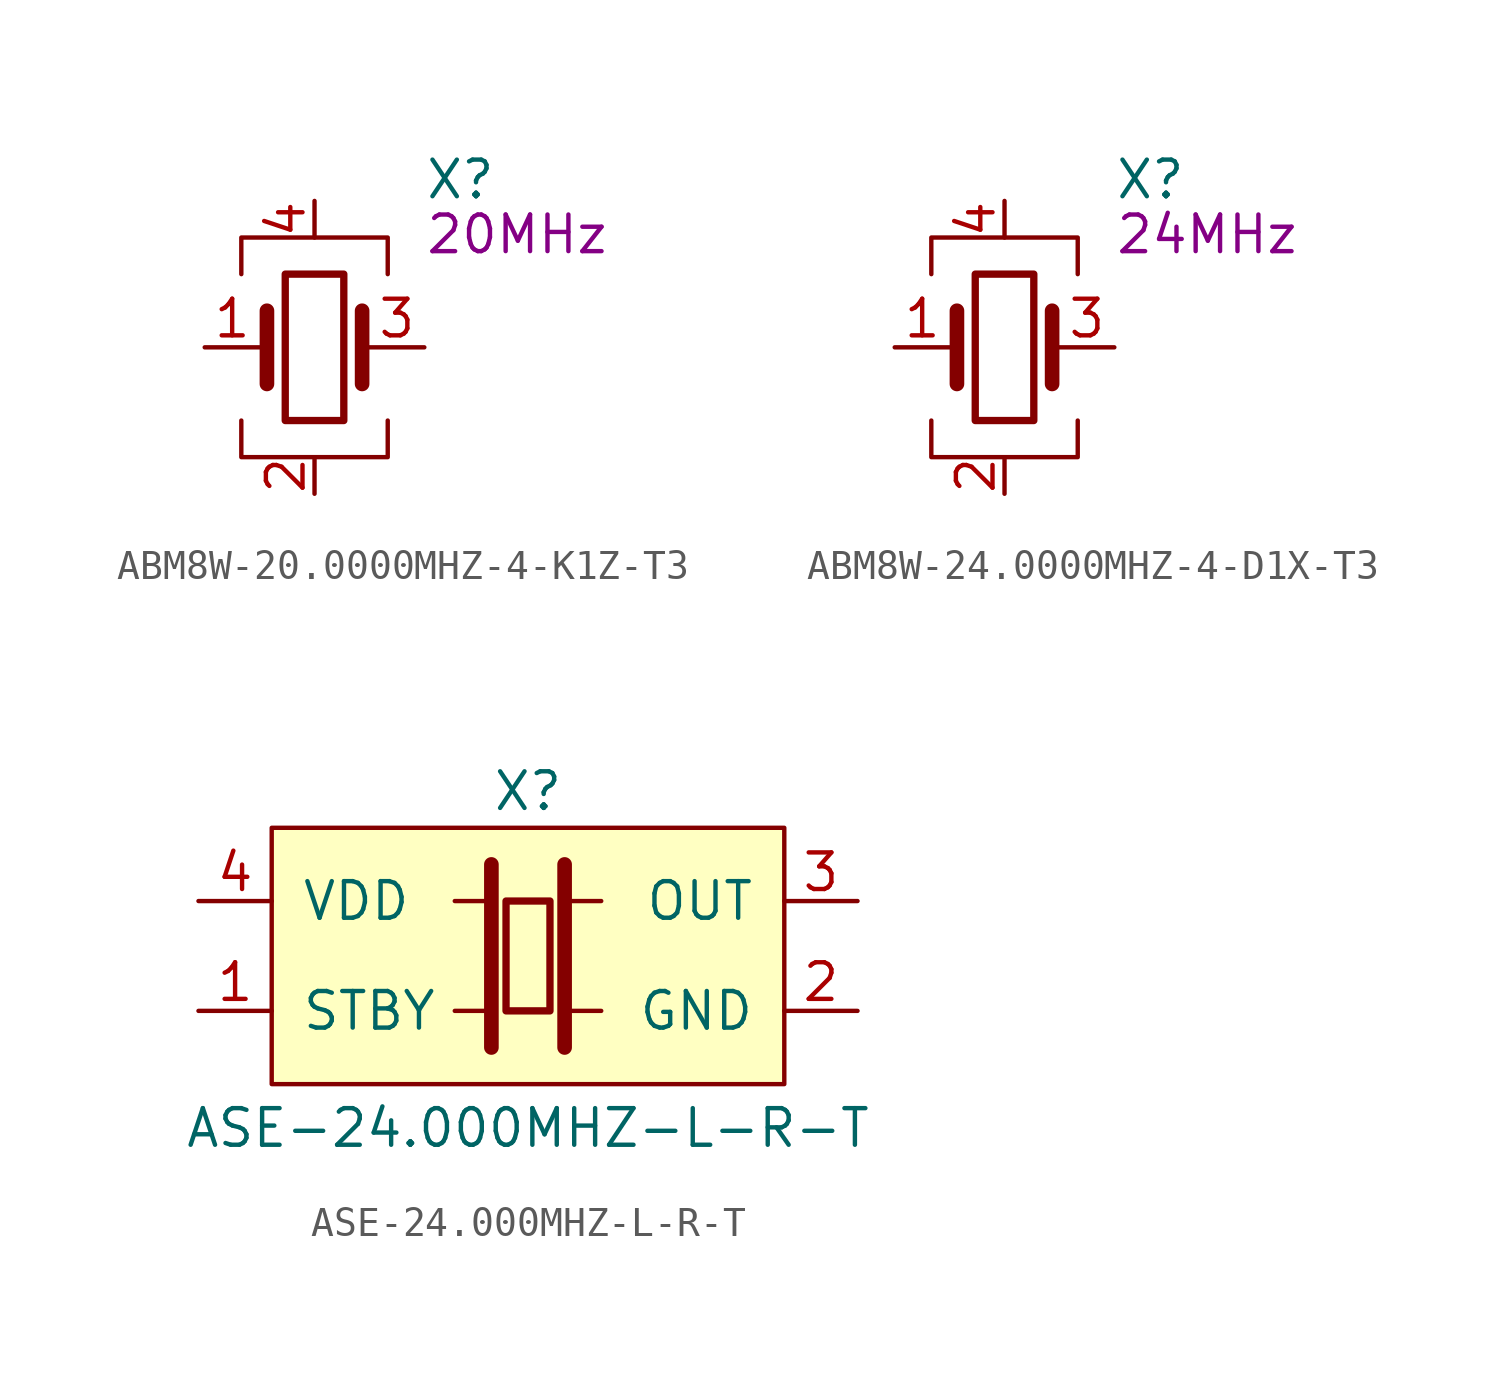
<source format=kicad_sym>
(kicad_symbol_lib
  (version 20231120)
  (generator "kicad_symbol_editor")
  (generator_version "8.0")
  (symbol "ABM8W-20.0000MHZ-4-K1Z-T3"
    (pin_names
      (offset 1.016))
    (property "Reference" "X"
      (at 3.81 5.08 0)
      (effects (font (size 1.27 1.27)) (justify left bottom)))
    (property "Frequency" "20MHz"
      (at 3.81 3.175 0)
      (effects (font (size 1.27 1.27)) (justify left bottom)))
    (symbol "ABM8W-20.0000MHZ-4-K1Z-T3_0_1"
      (polyline (pts (xy -1.651 1.27) (xy -1.651 -1.27)) (stroke (width 0.508) (type solid)) (fill (type none)))
      (polyline (pts (xy 1.651 1.27) (xy 1.651 -1.27)) (stroke (width 0.508) (type solid)) (fill (type none)))
      (polyline (pts (xy -2.54 -2.54) (xy -2.54 -3.81) (xy 2.54 -3.81) (xy 2.54 -2.54)) (stroke (width 0) (type solid)) (fill (type none)))
      (polyline (pts (xy -2.54 2.54) (xy -2.54 3.81) (xy 2.54 3.81) (xy 2.54 2.54)) (stroke (width 0) (type solid)) (fill (type none)))
      (polyline (pts (xy -1.016 2.54) (xy -1.016 -2.54) (xy 1.016 -2.54) (xy 1.016 2.54) (xy -1.016 2.54)) (stroke (width 0.254) (type solid)) (fill (type none))))
    (symbol "ABM8W-20.0000MHZ-4-K1Z-T3_1_1"
      (pin passive line (at -3.81 0 0) (length 1.905) (name "~" (effects (font (size 1.27 1.27)))) (number "1" (effects (font (size 1.27 1.27)))))
      (pin power_in line (at 0 -5.08 90) (length 1.27) (name "~" (effects (font (size 1.27 1.27)))) (number "2" (effects (font (size 1.27 1.27)))))
      (pin passive line (at 3.81 0 180) (length 1.905) (name "~" (effects (font (size 1.27 1.27)))) (number "3" (effects (font (size 1.27 1.27)))))
      (pin power_in line (at 0 5.08 270) (length 1.27) (name "~" (effects (font (size 1.27 1.27)))) (number "4" (effects (font (size 1.27 1.27)))))))
  (symbol "ABM8W-24.0000MHZ-4-D1X-T3"
    (pin_names
      (offset 1.016))
    (property "Reference" "X"
      (at 3.81 5.08 0)
      (effects (font (size 1.27 1.27)) (justify left bottom)))
    (property "Frequency" "24MHz"
      (at 3.81 3.175 0)
      (effects (font (size 1.27 1.27)) (justify left bottom)))
    (symbol "ABM8W-24.0000MHZ-4-D1X-T3_0_1"
      (polyline (pts (xy -1.651 1.27) (xy -1.651 -1.27)) (stroke (width 0.508) (type solid)) (fill (type none)))
      (polyline (pts (xy 1.651 1.27) (xy 1.651 -1.27)) (stroke (width 0.508) (type solid)) (fill (type none)))
      (polyline (pts (xy -2.54 -2.54) (xy -2.54 -3.81) (xy 2.54 -3.81) (xy 2.54 -2.54)) (stroke (width 0) (type solid)) (fill (type none)))
      (polyline (pts (xy -2.54 2.54) (xy -2.54 3.81) (xy 2.54 3.81) (xy 2.54 2.54)) (stroke (width 0) (type solid)) (fill (type none)))
      (polyline (pts (xy -1.016 2.54) (xy -1.016 -2.54) (xy 1.016 -2.54) (xy 1.016 2.54) (xy -1.016 2.54)) (stroke (width 0.254) (type solid)) (fill (type none))))
    (symbol "ABM8W-24.0000MHZ-4-D1X-T3_1_1"
      (pin passive line (at -3.81 0 0) (length 1.905) (name "~" (effects (font (size 1.27 1.27)))) (number "1" (effects (font (size 1.27 1.27)))))
      (pin power_in line (at 0 -5.08 90) (length 1.27) (name "~" (effects (font (size 1.27 1.27)))) (number "2" (effects (font (size 1.27 1.27)))))
      (pin passive line (at 3.81 0 180) (length 1.905) (name "~" (effects (font (size 1.27 1.27)))) (number "3" (effects (font (size 1.27 1.27)))))
      (pin power_in line (at 0 5.08 270) (length 1.27) (name "~" (effects (font (size 1.27 1.27)))) (number "4" (effects (font (size 1.27 1.27)))))))
  (symbol "ASE-24.000MHZ-L-R-T"
    (pin_names
      (offset 1.016))
    (property "Reference" "X"
      (at 0 6.35 0)
      (effects (font (size 1.27 1.27))))
    (property "Value" "ASE-24.000MHZ-L-R-T"
      (at 0 -5.334 0)
      (effects (font (size 1.27 1.27))))
    (symbol "ASE-24.000MHZ-L-R-T_0_1"
      (polyline (pts (xy -1.27 -1.27) (xy -2.54 -1.27)) (stroke (width 0) (type default)) (fill (type none)))
      (polyline (pts (xy -1.27 2.54) (xy -2.54 2.54)) (stroke (width 0) (type default)) (fill (type none)))
      (polyline (pts (xy -1.27 3.81) (xy -1.27 -2.54)) (stroke (width 0.508) (type solid)) (fill (type none)))
      (polyline (pts (xy 1.27 3.81) (xy 1.27 -2.54)) (stroke (width 0.508) (type solid)) (fill (type none)))
      (polyline (pts (xy 2.54 -1.27) (xy 1.27 -1.27)) (stroke (width 0) (type default)) (fill (type none)))
      (polyline (pts (xy 2.54 2.54) (xy 1.27 2.54)) (stroke (width 0) (type default)) (fill (type none)))
      (polyline (pts (xy -0.762 2.54) (xy -0.762 -1.27) (xy 0.762 -1.27) (xy 0.762 2.54) (xy -0.762 2.54)) (stroke (width 0.254) (type solid)) (fill (type none))))
    (symbol "ASE-24.000MHZ-L-R-T_1_1"
      (rectangle (start -8.89 5.08) (end 8.89 -3.81) (stroke (width 0) (type default)) (fill (type background)))
      (pin passive line (at -11.43 -1.27 0) (length 2.54) (name "STBY" (effects (font (size 1.27 1.27)))) (number "1" (effects (font (size 1.27 1.27)))))
      (pin passive line (at 11.43 -1.27 180) (length 2.54) (name "GND" (effects (font (size 1.27 1.27)))) (number "2" (effects (font (size 1.27 1.27)))))
      (pin passive line (at 11.43 2.54 180) (length 2.54) (name "OUT" (effects (font (size 1.27 1.27)))) (number "3" (effects (font (size 1.27 1.27)))))
      (pin passive line (at -11.43 2.54 0) (length 2.54) (name "VDD" (effects (font (size 1.27 1.27)))) (number "4" (effects (font (size 1.27 1.27))))))))
</source>
